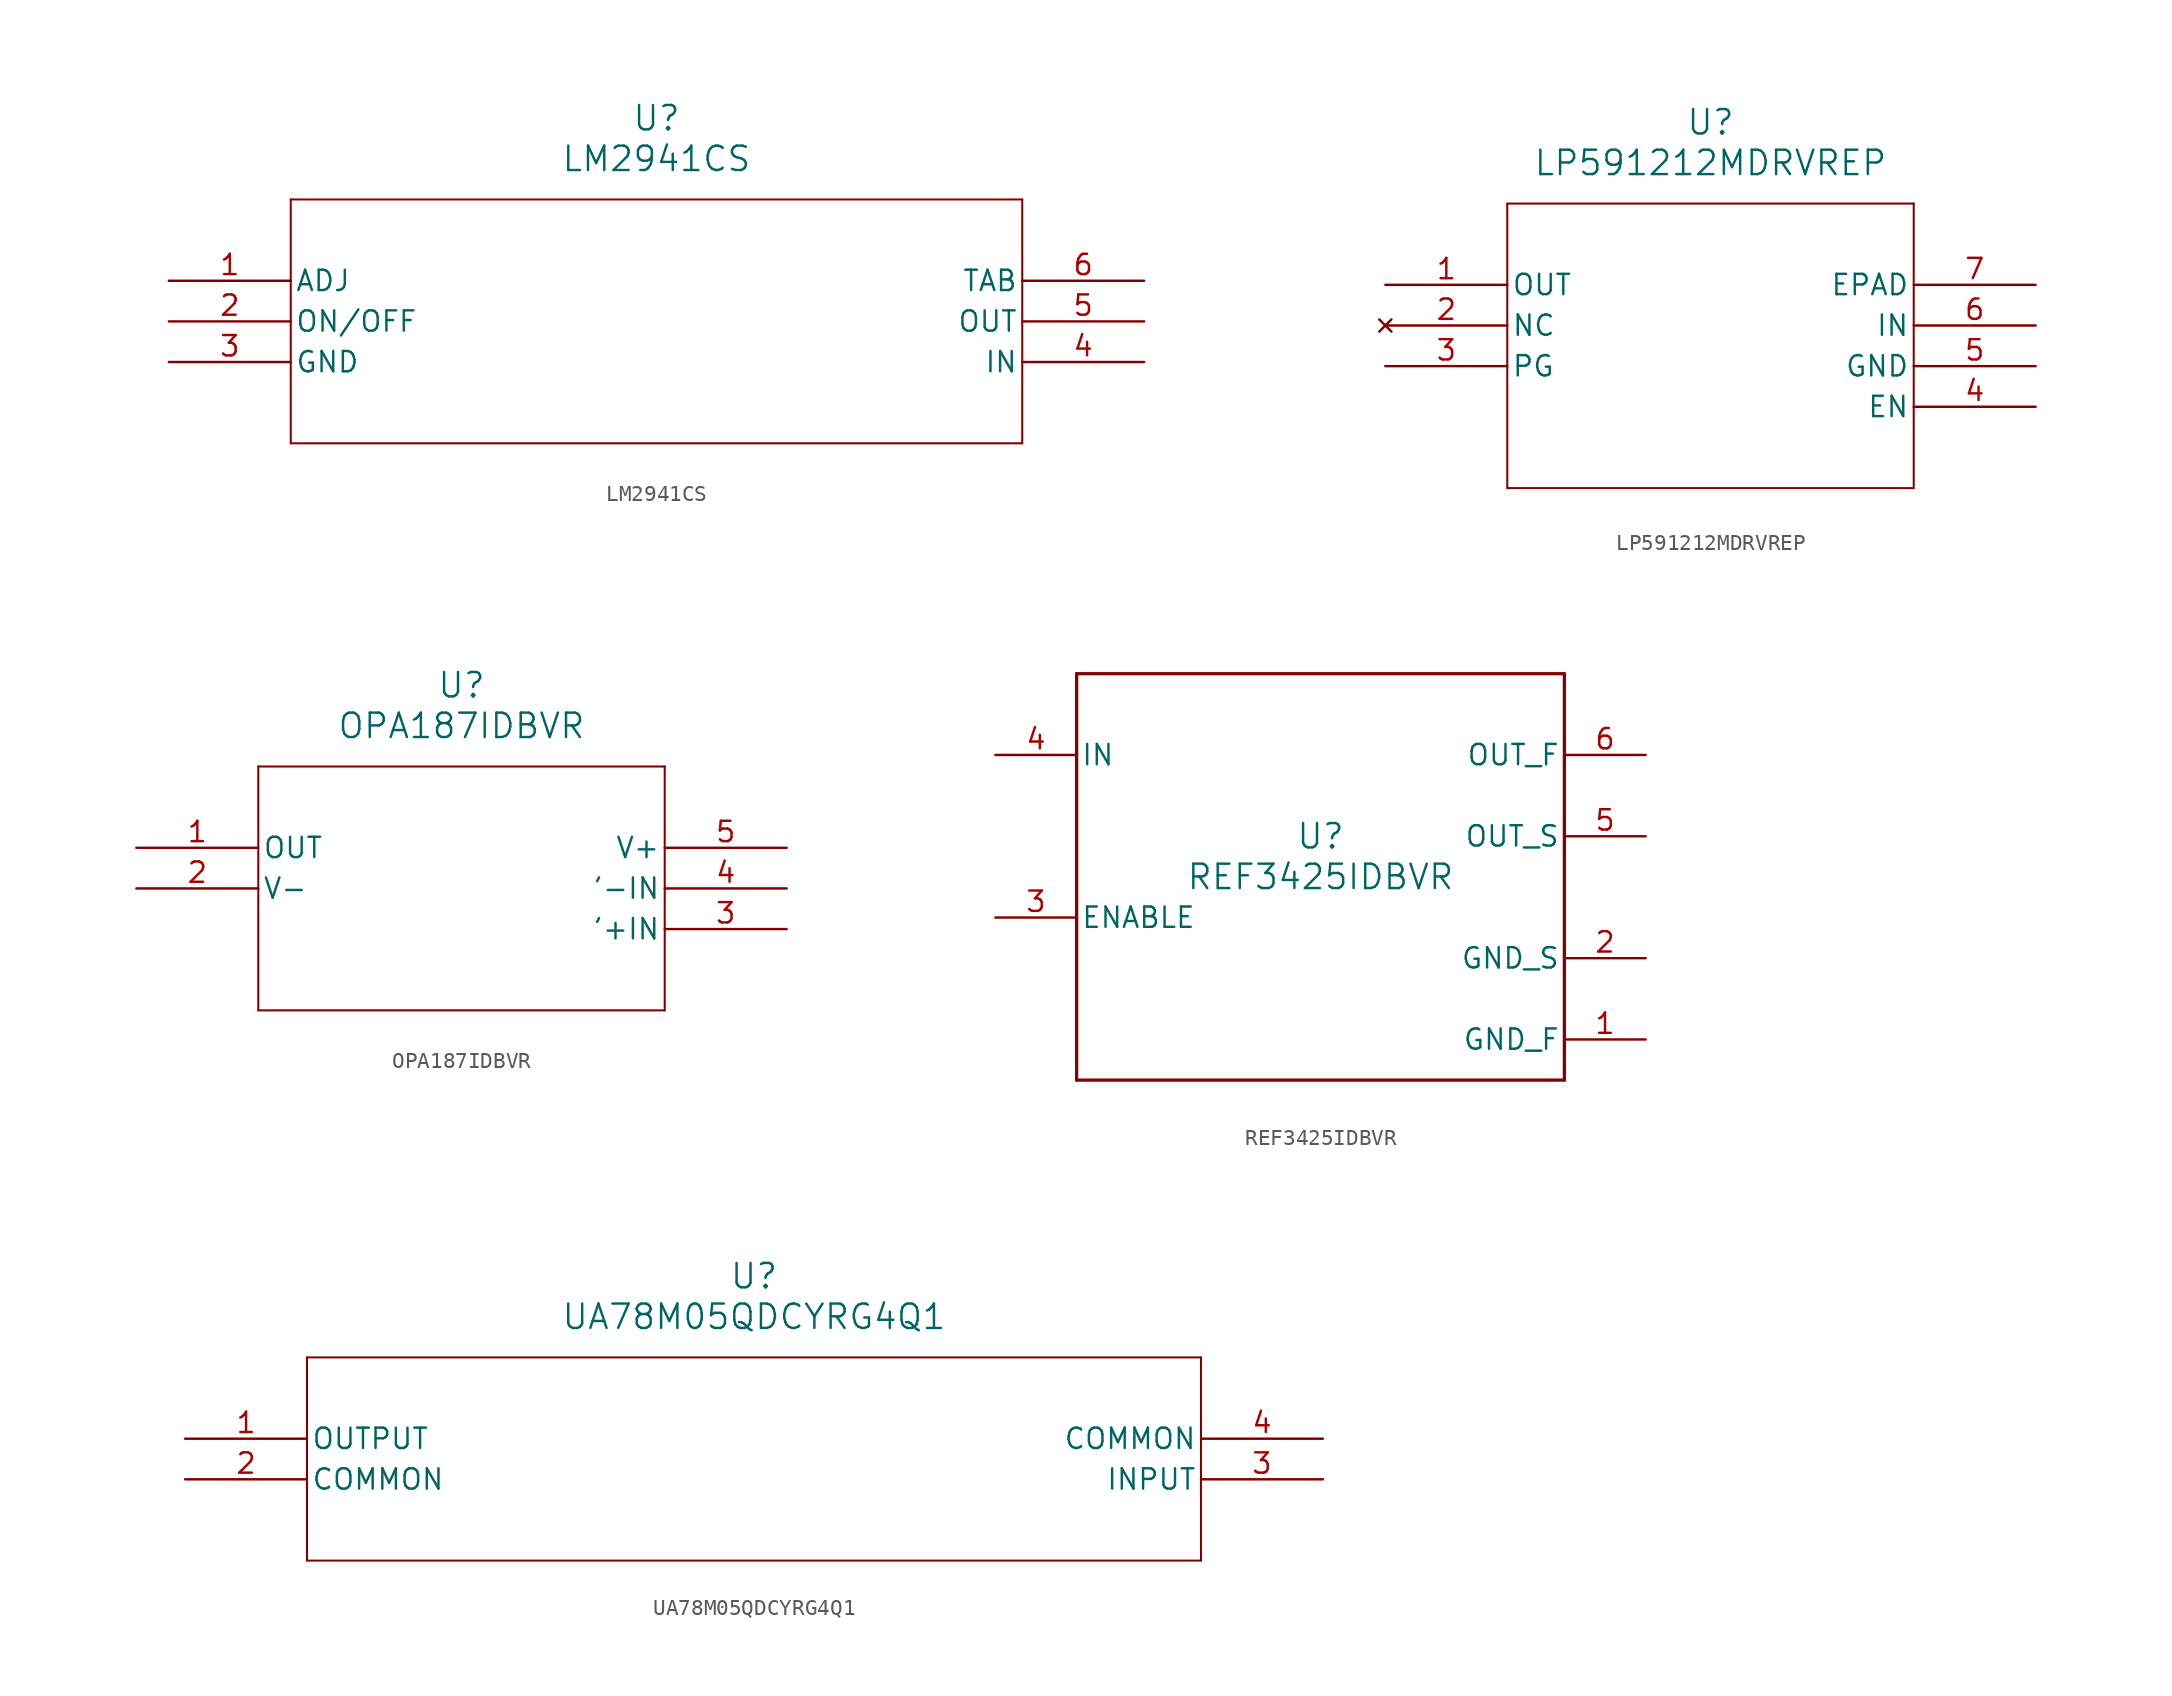
<source format=kicad_sym>
(kicad_symbol_lib
  (version 20220914)
  (generator kicad_symbol_editor)
  (symbol "LM2941CS"
    (pin_names
      (offset 0.254))
    (property "Reference" "U"
      (at 30.48 10.16 0)
      (effects (font (size 1.524 1.524))))
    (property "Value" "LM2941CS"
      (at 30.48 7.62 0)
      (effects (font (size 1.524 1.524))))
    (property "ki_locked" ""
      (at 0 0 0)
      (effects (font (size 1.27 1.27))))
    (symbol "LM2941CS_0_1"
      (polyline (pts (xy 7.62 -10.16) (xy 53.34 -10.16)) (stroke (width 0.127) (type default)) (fill (type none)))
      (polyline (pts (xy 7.62 5.08) (xy 7.62 -10.16)) (stroke (width 0.127) (type default)) (fill (type none)))
      (polyline (pts (xy 53.34 -10.16) (xy 53.34 5.08)) (stroke (width 0.127) (type default)) (fill (type none)))
      (polyline (pts (xy 53.34 5.08) (xy 7.62 5.08)) (stroke (width 0.127) (type default)) (fill (type none)))
      (pin passive line (at 0 0 0) (length 7.62) (name "ADJ" (effects (font (size 1.27 1.27)))) (number "1" (effects (font (size 1.27 1.27)))))
      (pin passive line (at 0 -2.54 0) (length 7.62) (name "ON/OFF" (effects (font (size 1.27 1.27)))) (number "2" (effects (font (size 1.27 1.27)))))
      (pin power_in line (at 0 -5.08 0) (length 7.62) (name "GND" (effects (font (size 1.27 1.27)))) (number "3" (effects (font (size 1.27 1.27)))))
      (pin input line (at 60.96 -5.08 180) (length 7.62) (name "IN" (effects (font (size 1.27 1.27)))) (number "4" (effects (font (size 1.27 1.27)))))
      (pin output line (at 60.96 -2.54 180) (length 7.62) (name "OUT" (effects (font (size 1.27 1.27)))) (number "5" (effects (font (size 1.27 1.27)))))
      (pin unspecified line (at 60.96 0 180) (length 7.62) (name "TAB" (effects (font (size 1.27 1.27)))) (number "6" (effects (font (size 1.27 1.27)))))))
  (symbol "LP591212MDRVREP"
    (pin_names
      (offset 0.254))
    (property "Reference" "U"
      (at 20.32 10.16 0)
      (effects (font (size 1.524 1.524))))
    (property "Value" "LP591212MDRVREP"
      (at 20.32 7.62 0)
      (effects (font (size 1.524 1.524))))
    (property "ki_locked" ""
      (at 0 0 0)
      (effects (font (size 1.27 1.27))))
    (symbol "LP591212MDRVREP_0_1"
      (polyline (pts (xy 7.62 -12.7) (xy 33.02 -12.7)) (stroke (width 0.127) (type default)) (fill (type none)))
      (polyline (pts (xy 7.62 5.08) (xy 7.62 -12.7)) (stroke (width 0.127) (type default)) (fill (type none)))
      (polyline (pts (xy 33.02 -12.7) (xy 33.02 5.08)) (stroke (width 0.127) (type default)) (fill (type none)))
      (polyline (pts (xy 33.02 5.08) (xy 7.62 5.08)) (stroke (width 0.127) (type default)) (fill (type none)))
      (pin output line (at 0 0 0) (length 7.62) (name "OUT" (effects (font (size 1.27 1.27)))) (number "1" (effects (font (size 1.27 1.27)))))
      (pin no_connect line (at 0 -2.54 0) (length 7.62) (name "NC" (effects (font (size 1.27 1.27)))) (number "2" (effects (font (size 1.27 1.27)))))
      (pin output line (at 0 -5.08 0) (length 7.62) (name "PG" (effects (font (size 1.27 1.27)))) (number "3" (effects (font (size 1.27 1.27)))))
      (pin input line (at 40.64 -7.62 180) (length 7.62) (name "EN" (effects (font (size 1.27 1.27)))) (number "4" (effects (font (size 1.27 1.27)))))
      (pin power_out line (at 40.64 -5.08 180) (length 7.62) (name "GND" (effects (font (size 1.27 1.27)))) (number "5" (effects (font (size 1.27 1.27)))))
      (pin input line (at 40.64 -2.54 180) (length 7.62) (name "IN" (effects (font (size 1.27 1.27)))) (number "6" (effects (font (size 1.27 1.27)))))
      (pin power_out line (at 40.64 0 180) (length 7.62) (name "EPAD" (effects (font (size 1.27 1.27)))) (number "7" (effects (font (size 1.27 1.27)))))))
  (symbol "OPA187IDBVR"
    (pin_names
      (offset 0.254))
    (property "Reference" "U"
      (at 20.32 10.16 0)
      (effects (font (size 1.524 1.524))))
    (property "Value" "OPA187IDBVR"
      (at 20.32 7.62 0)
      (effects (font (size 1.524 1.524))))
    (property "ki_locked" ""
      (at 0 0 0)
      (effects (font (size 1.27 1.27))))
    (symbol "OPA187IDBVR_0_1"
      (polyline (pts (xy 7.62 -10.16) (xy 33.02 -10.16)) (stroke (width 0.127) (type default)) (fill (type none)))
      (polyline (pts (xy 7.62 5.08) (xy 7.62 -10.16)) (stroke (width 0.127) (type default)) (fill (type none)))
      (polyline (pts (xy 33.02 -10.16) (xy 33.02 5.08)) (stroke (width 0.127) (type default)) (fill (type none)))
      (polyline (pts (xy 33.02 5.08) (xy 7.62 5.08)) (stroke (width 0.127) (type default)) (fill (type none)))
      (pin output line (at 0 0 0) (length 7.62) (name "OUT" (effects (font (size 1.27 1.27)))) (number "1" (effects (font (size 1.27 1.27)))))
      (pin power_in line (at 0 -2.54 0) (length 7.62) (name "V-" (effects (font (size 1.27 1.27)))) (number "2" (effects (font (size 1.27 1.27)))))
      (pin input line (at 40.64 -5.08 180) (length 7.62) (name "'+IN" (effects (font (size 1.27 1.27)))) (number "3" (effects (font (size 1.27 1.27)))))
      (pin input line (at 40.64 -2.54 180) (length 7.62) (name "'-IN" (effects (font (size 1.27 1.27)))) (number "4" (effects (font (size 1.27 1.27)))))
      (pin power_in line (at 40.64 0 180) (length 7.62) (name "V+" (effects (font (size 1.27 1.27)))) (number "5" (effects (font (size 1.27 1.27)))))))
  (symbol "REF3425IDBVR"
    (pin_names
      (offset 0.254))
    (property "Reference" "U"
      (at 0 2.54 0)
      (effects (font (size 1.524 1.524))))
    (property "Value" "REF3425IDBVR"
      (at 0 0 0)
      (effects (font (size 1.524 1.524))))
    (property "ki_locked" ""
      (at 0 0 0)
      (effects (font (size 1.27 1.27))))
    (symbol "REF3425IDBVR_0_1"
      (polyline (pts (xy -15.24 -12.7) (xy 15.24 -12.7)) (stroke (width 0.203) (type default)) (fill (type none)))
      (polyline (pts (xy -15.24 12.7) (xy -15.24 -12.7)) (stroke (width 0.203) (type default)) (fill (type none)))
      (polyline (pts (xy 15.24 -12.7) (xy 15.24 12.7)) (stroke (width 0.203) (type default)) (fill (type none)))
      (polyline (pts (xy 15.24 12.7) (xy -15.24 12.7)) (stroke (width 0.203) (type default)) (fill (type none)))
      (pin power_in line (at 20.32 -10.16 180) (length 5.08) (name "GND_F" (effects (font (size 1.27 1.27)))) (number "1" (effects (font (size 1.27 1.27)))))
      (pin power_in line (at 20.32 -5.08 180) (length 5.08) (name "GND_S" (effects (font (size 1.27 1.27)))) (number "2" (effects (font (size 1.27 1.27)))))
      (pin input line (at -20.32 -2.54 0) (length 5.08) (name "ENABLE" (effects (font (size 1.27 1.27)))) (number "3" (effects (font (size 1.27 1.27)))))
      (pin power_in line (at -20.32 7.62 0) (length 5.08) (name "IN" (effects (font (size 1.27 1.27)))) (number "4" (effects (font (size 1.27 1.27)))))
      (pin power_in line (at 20.32 2.54 180) (length 5.08) (name "OUT_S" (effects (font (size 1.27 1.27)))) (number "5" (effects (font (size 1.27 1.27)))))
      (pin power_in line (at 20.32 7.62 180) (length 5.08) (name "OUT_F" (effects (font (size 1.27 1.27)))) (number "6" (effects (font (size 1.27 1.27)))))))
  (symbol "UA78M05QDCYRG4Q1"
    (pin_names
      (offset 0.254))
    (property "Reference" "U"
      (at 35.56 10.16 0)
      (effects (font (size 1.524 1.524))))
    (property "Value" "UA78M05QDCYRG4Q1"
      (at 35.56 7.62 0)
      (effects (font (size 1.524 1.524))))
    (property "ki_locked" ""
      (at 0 0 0)
      (effects (font (size 1.27 1.27))))
    (symbol "UA78M05QDCYRG4Q1_0_1"
      (polyline (pts (xy 7.62 -7.62) (xy 63.5 -7.62)) (stroke (width 0.127) (type default)) (fill (type none)))
      (polyline (pts (xy 7.62 5.08) (xy 7.62 -7.62)) (stroke (width 0.127) (type default)) (fill (type none)))
      (polyline (pts (xy 63.5 -7.62) (xy 63.5 5.08)) (stroke (width 0.127) (type default)) (fill (type none)))
      (polyline (pts (xy 63.5 5.08) (xy 7.62 5.08)) (stroke (width 0.127) (type default)) (fill (type none)))
      (pin output line (at 0 0 0) (length 7.62) (name "OUTPUT" (effects (font (size 1.27 1.27)))) (number "1" (effects (font (size 1.27 1.27)))))
      (pin unspecified line (at 0 -2.54 0) (length 7.62) (name "COMMON" (effects (font (size 1.27 1.27)))) (number "2" (effects (font (size 1.27 1.27)))))
      (pin input line (at 71.12 -2.54 180) (length 7.62) (name "INPUT" (effects (font (size 1.27 1.27)))) (number "3" (effects (font (size 1.27 1.27)))))
      (pin unspecified line (at 71.12 0 180) (length 7.62) (name "COMMON" (effects (font (size 1.27 1.27)))) (number "4" (effects (font (size 1.27 1.27))))))))
</source>
